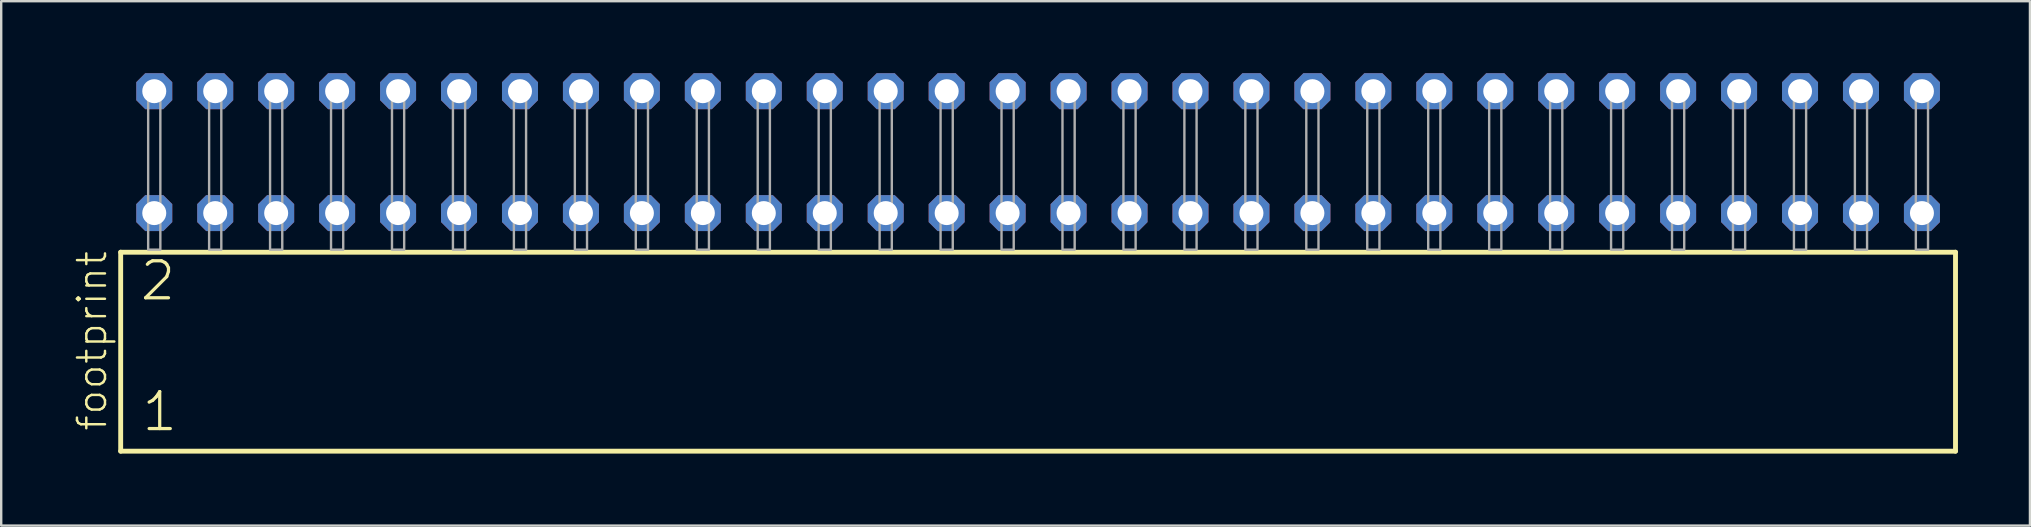
<source format=kicad_pcb>
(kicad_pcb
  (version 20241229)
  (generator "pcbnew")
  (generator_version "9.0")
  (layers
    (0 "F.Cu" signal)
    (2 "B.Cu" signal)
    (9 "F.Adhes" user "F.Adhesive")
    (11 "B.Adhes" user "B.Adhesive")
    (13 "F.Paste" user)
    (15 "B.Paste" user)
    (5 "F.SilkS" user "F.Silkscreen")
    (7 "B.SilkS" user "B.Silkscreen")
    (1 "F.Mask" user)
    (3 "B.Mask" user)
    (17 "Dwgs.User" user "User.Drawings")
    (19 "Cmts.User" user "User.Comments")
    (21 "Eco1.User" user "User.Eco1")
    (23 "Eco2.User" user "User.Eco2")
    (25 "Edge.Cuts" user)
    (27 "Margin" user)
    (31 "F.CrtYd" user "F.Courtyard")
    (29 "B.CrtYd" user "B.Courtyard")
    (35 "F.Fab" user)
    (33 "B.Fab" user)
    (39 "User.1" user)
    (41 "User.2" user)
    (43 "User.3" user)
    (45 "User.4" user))
  (footprint "footprint"
    (layer "F.Cu")
    (at 40.208 7.354)
    (property "Reference" "footprint" (at -38.735 7.62 90) (layer "F.SilkS") (effects (font (size 1.168 1.168) (thickness 0.102)) (justify left bottom)))
    (fp_line (start -38.229 0.106) (end -38.229 8.396) (stroke (width 0.203) (type solid)) (layer "F.SilkS"))
    (fp_line (start -38.229 8.396) (end 38.229 8.396) (stroke (width 0.203) (type solid)) (layer "F.SilkS"))
    (fp_line (start 38.229 0.106) (end -38.229 0.106) (stroke (width 0.203) (type solid)) (layer "F.SilkS"))
    (fp_line (start 38.229 8.396) (end 38.229 0.106) (stroke (width 0.203) (type solid)) (layer "F.SilkS"))
    (fp_poly (pts (xy -37.084 0) (xy -36.576 0) (xy -36.576 -6.858) (xy -37.084 -6.858)) (stroke (width 0.1) (type solid)) (fill no) (layer "F.Fab"))
    (fp_poly (pts (xy -34.544 0) (xy -34.036 0) (xy -34.036 -6.858) (xy -34.544 -6.858)) (stroke (width 0.1) (type solid)) (fill no) (layer "F.Fab"))
    (fp_poly (pts (xy -32.004 0) (xy -31.496 0) (xy -31.496 -6.858) (xy -32.004 -6.858)) (stroke (width 0.1) (type solid)) (fill no) (layer "F.Fab"))
    (fp_poly (pts (xy -29.464 0) (xy -28.956 0) (xy -28.956 -6.858) (xy -29.464 -6.858)) (stroke (width 0.1) (type solid)) (fill no) (layer "F.Fab"))
    (fp_poly (pts (xy -26.924 0) (xy -26.416 0) (xy -26.416 -6.858) (xy -26.924 -6.858)) (stroke (width 0.1) (type solid)) (fill no) (layer "F.Fab"))
    (fp_poly (pts (xy -24.384 0) (xy -23.876 0) (xy -23.876 -6.858) (xy -24.384 -6.858)) (stroke (width 0.1) (type solid)) (fill no) (layer "F.Fab"))
    (fp_poly (pts (xy -21.844 0) (xy -21.336 0) (xy -21.336 -6.858) (xy -21.844 -6.858)) (stroke (width 0.1) (type solid)) (fill no) (layer "F.Fab"))
    (fp_poly (pts (xy -19.304 0) (xy -18.796 0) (xy -18.796 -6.858) (xy -19.304 -6.858)) (stroke (width 0.1) (type solid)) (fill no) (layer "F.Fab"))
    (fp_poly (pts (xy -16.764 0) (xy -16.256 0) (xy -16.256 -6.858) (xy -16.764 -6.858)) (stroke (width 0.1) (type solid)) (fill no) (layer "F.Fab"))
    (fp_poly (pts (xy -14.224 0) (xy -13.716 0) (xy -13.716 -6.858) (xy -14.224 -6.858)) (stroke (width 0.1) (type solid)) (fill no) (layer "F.Fab"))
    (fp_poly (pts (xy -11.684 0) (xy -11.176 0) (xy -11.176 -6.858) (xy -11.684 -6.858)) (stroke (width 0.1) (type solid)) (fill no) (layer "F.Fab"))
    (fp_poly (pts (xy -9.144 0) (xy -8.636 0) (xy -8.636 -6.858) (xy -9.144 -6.858)) (stroke (width 0.1) (type solid)) (fill no) (layer "F.Fab"))
    (fp_poly (pts (xy -6.604 0) (xy -6.096 0) (xy -6.096 -6.858) (xy -6.604 -6.858)) (stroke (width 0.1) (type solid)) (fill no) (layer "F.Fab"))
    (fp_poly (pts (xy -4.064 0) (xy -3.556 0) (xy -3.556 -6.858) (xy -4.064 -6.858)) (stroke (width 0.1) (type solid)) (fill no) (layer "F.Fab"))
    (fp_poly (pts (xy -1.524 0) (xy -1.016 0) (xy -1.016 -6.858) (xy -1.524 -6.858)) (stroke (width 0.1) (type solid)) (fill no) (layer "F.Fab"))
    (fp_poly (pts (xy 1.016 0) (xy 1.524 0) (xy 1.524 -6.858) (xy 1.016 -6.858)) (stroke (width 0.1) (type solid)) (fill no) (layer "F.Fab"))
    (fp_poly (pts (xy 3.556 0) (xy 4.064 0) (xy 4.064 -6.858) (xy 3.556 -6.858)) (stroke (width 0.1) (type solid)) (fill no) (layer "F.Fab"))
    (fp_poly (pts (xy 6.096 0) (xy 6.604 0) (xy 6.604 -6.858) (xy 6.096 -6.858)) (stroke (width 0.1) (type solid)) (fill no) (layer "F.Fab"))
    (fp_poly (pts (xy 8.636 0) (xy 9.144 0) (xy 9.144 -6.858) (xy 8.636 -6.858)) (stroke (width 0.1) (type solid)) (fill no) (layer "F.Fab"))
    (fp_poly (pts (xy 11.176 0) (xy 11.684 0) (xy 11.684 -6.858) (xy 11.176 -6.858)) (stroke (width 0.1) (type solid)) (fill no) (layer "F.Fab"))
    (fp_poly (pts (xy 13.716 0) (xy 14.224 0) (xy 14.224 -6.858) (xy 13.716 -6.858)) (stroke (width 0.1) (type solid)) (fill no) (layer "F.Fab"))
    (fp_poly (pts (xy 16.256 0) (xy 16.764 0) (xy 16.764 -6.858) (xy 16.256 -6.858)) (stroke (width 0.1) (type solid)) (fill no) (layer "F.Fab"))
    (fp_poly (pts (xy 18.796 0) (xy 19.304 0) (xy 19.304 -6.858) (xy 18.796 -6.858)) (stroke (width 0.1) (type solid)) (fill no) (layer "F.Fab"))
    (fp_poly (pts (xy 21.336 0) (xy 21.844 0) (xy 21.844 -6.858) (xy 21.336 -6.858)) (stroke (width 0.1) (type solid)) (fill no) (layer "F.Fab"))
    (fp_poly (pts (xy 23.876 0) (xy 24.384 0) (xy 24.384 -6.858) (xy 23.876 -6.858)) (stroke (width 0.1) (type solid)) (fill no) (layer "F.Fab"))
    (fp_poly (pts (xy 26.416 0) (xy 26.924 0) (xy 26.924 -6.858) (xy 26.416 -6.858)) (stroke (width 0.1) (type solid)) (fill no) (layer "F.Fab"))
    (fp_poly (pts (xy 28.956 0) (xy 29.464 0) (xy 29.464 -6.858) (xy 28.956 -6.858)) (stroke (width 0.1) (type solid)) (fill no) (layer "F.Fab"))
    (fp_poly (pts (xy 31.496 0) (xy 32.004 0) (xy 32.004 -6.858) (xy 31.496 -6.858)) (stroke (width 0.1) (type solid)) (fill no) (layer "F.Fab"))
    (fp_poly (pts (xy 34.036 0) (xy 34.544 0) (xy 34.544 -6.858) (xy 34.036 -6.858)) (stroke (width 0.1) (type solid)) (fill no) (layer "F.Fab"))
    (fp_poly (pts (xy 36.576 0) (xy 37.084 0) (xy 37.084 -6.858) (xy 36.576 -6.858)) (stroke (width 0.1) (type solid)) (fill no) (layer "F.Fab"))
    (fp_text user "1" (at -37.425 7.65 0) (layer "F.SilkS") (effects (font (size 1.542 1.542) (thickness 0.134)) (justify left bottom)))
    (fp_text user "2" (at -37.5 2.2 0) (layer "F.SilkS") (effects (font (size 1.542 1.542) (thickness 0.134)) (justify left bottom)))
    (pad "1" thru_hole roundrect (at -36.83 -1.524) (size 1.5 1.5) (drill 1) (layers "*.Cu" "*.Mask") (roundrect_rratio 0.25) (chamfer_ratio 0.25) (chamfer top_left top_right bottom_left bottom_right))
    (pad "2" thru_hole roundrect (at -36.83 -6.604) (size 1.5 1.5) (drill 1) (layers "*.Cu" "*.Mask") (roundrect_rratio 0.25) (chamfer_ratio 0.25) (chamfer top_left top_right bottom_left bottom_right))
    (pad "3" thru_hole roundrect (at -34.29 -1.524) (size 1.5 1.5) (drill 1) (layers "*.Cu" "*.Mask") (roundrect_rratio 0.25) (chamfer_ratio 0.25) (chamfer top_left top_right bottom_left bottom_right))
    (pad "4" thru_hole roundrect (at -34.29 -6.604) (size 1.5 1.5) (drill 1) (layers "*.Cu" "*.Mask") (roundrect_rratio 0.25) (chamfer_ratio 0.25) (chamfer top_left top_right bottom_left bottom_right))
    (pad "5" thru_hole roundrect (at -31.75 -1.524) (size 1.5 1.5) (drill 1) (layers "*.Cu" "*.Mask") (roundrect_rratio 0.25) (chamfer_ratio 0.25) (chamfer top_left top_right bottom_left bottom_right))
    (pad "6" thru_hole roundrect (at -31.75 -6.604) (size 1.5 1.5) (drill 1) (layers "*.Cu" "*.Mask") (roundrect_rratio 0.25) (chamfer_ratio 0.25) (chamfer top_left top_right bottom_left bottom_right))
    (pad "7" thru_hole roundrect (at -29.21 -1.524) (size 1.5 1.5) (drill 1) (layers "*.Cu" "*.Mask") (roundrect_rratio 0.25) (chamfer_ratio 0.25) (chamfer top_left top_right bottom_left bottom_right))
    (pad "8" thru_hole roundrect (at -29.21 -6.604) (size 1.5 1.5) (drill 1) (layers "*.Cu" "*.Mask") (roundrect_rratio 0.25) (chamfer_ratio 0.25) (chamfer top_left top_right bottom_left bottom_right))
    (pad "9" thru_hole roundrect (at -26.67 -1.524) (size 1.5 1.5) (drill 1) (layers "*.Cu" "*.Mask") (roundrect_rratio 0.25) (chamfer_ratio 0.25) (chamfer top_left top_right bottom_left bottom_right))
    (pad "10" thru_hole roundrect (at -26.67 -6.604) (size 1.5 1.5) (drill 1) (layers "*.Cu" "*.Mask") (roundrect_rratio 0.25) (chamfer_ratio 0.25) (chamfer top_left top_right bottom_left bottom_right))
    (pad "11" thru_hole roundrect (at -24.13 -1.524) (size 1.5 1.5) (drill 1) (layers "*.Cu" "*.Mask") (roundrect_rratio 0.25) (chamfer_ratio 0.25) (chamfer top_left top_right bottom_left bottom_right))
    (pad "12" thru_hole roundrect (at -24.13 -6.604) (size 1.5 1.5) (drill 1) (layers "*.Cu" "*.Mask") (roundrect_rratio 0.25) (chamfer_ratio 0.25) (chamfer top_left top_right bottom_left bottom_right))
    (pad "13" thru_hole roundrect (at -21.59 -1.524) (size 1.5 1.5) (drill 1) (layers "*.Cu" "*.Mask") (roundrect_rratio 0.25) (chamfer_ratio 0.25) (chamfer top_left top_right bottom_left bottom_right))
    (pad "14" thru_hole roundrect (at -21.59 -6.604) (size 1.5 1.5) (drill 1) (layers "*.Cu" "*.Mask") (roundrect_rratio 0.25) (chamfer_ratio 0.25) (chamfer top_left top_right bottom_left bottom_right))
    (pad "15" thru_hole roundrect (at -19.05 -1.524) (size 1.5 1.5) (drill 1) (layers "*.Cu" "*.Mask") (roundrect_rratio 0.25) (chamfer_ratio 0.25) (chamfer top_left top_right bottom_left bottom_right))
    (pad "16" thru_hole roundrect (at -19.05 -6.604) (size 1.5 1.5) (drill 1) (layers "*.Cu" "*.Mask") (roundrect_rratio 0.25) (chamfer_ratio 0.25) (chamfer top_left top_right bottom_left bottom_right))
    (pad "17" thru_hole roundrect (at -16.51 -1.524) (size 1.5 1.5) (drill 1) (layers "*.Cu" "*.Mask") (roundrect_rratio 0.25) (chamfer_ratio 0.25) (chamfer top_left top_right bottom_left bottom_right))
    (pad "18" thru_hole roundrect (at -16.51 -6.604) (size 1.5 1.5) (drill 1) (layers "*.Cu" "*.Mask") (roundrect_rratio 0.25) (chamfer_ratio 0.25) (chamfer top_left top_right bottom_left bottom_right))
    (pad "19" thru_hole roundrect (at -13.97 -1.524) (size 1.5 1.5) (drill 1) (layers "*.Cu" "*.Mask") (roundrect_rratio 0.25) (chamfer_ratio 0.25) (chamfer top_left top_right bottom_left bottom_right))
    (pad "20" thru_hole roundrect (at -13.97 -6.604) (size 1.5 1.5) (drill 1) (layers "*.Cu" "*.Mask") (roundrect_rratio 0.25) (chamfer_ratio 0.25) (chamfer top_left top_right bottom_left bottom_right))
    (pad "21" thru_hole roundrect (at -11.43 -1.524) (size 1.5 1.5) (drill 1) (layers "*.Cu" "*.Mask") (roundrect_rratio 0.25) (chamfer_ratio 0.25) (chamfer top_left top_right bottom_left bottom_right))
    (pad "22" thru_hole roundrect (at -11.43 -6.604) (size 1.5 1.5) (drill 1) (layers "*.Cu" "*.Mask") (roundrect_rratio 0.25) (chamfer_ratio 0.25) (chamfer top_left top_right bottom_left bottom_right))
    (pad "23" thru_hole roundrect (at -8.89 -1.524) (size 1.5 1.5) (drill 1) (layers "*.Cu" "*.Mask") (roundrect_rratio 0.25) (chamfer_ratio 0.25) (chamfer top_left top_right bottom_left bottom_right))
    (pad "24" thru_hole roundrect (at -8.89 -6.604) (size 1.5 1.5) (drill 1) (layers "*.Cu" "*.Mask") (roundrect_rratio 0.25) (chamfer_ratio 0.25) (chamfer top_left top_right bottom_left bottom_right))
    (pad "25" thru_hole roundrect (at -6.35 -1.524) (size 1.5 1.5) (drill 1) (layers "*.Cu" "*.Mask") (roundrect_rratio 0.25) (chamfer_ratio 0.25) (chamfer top_left top_right bottom_left bottom_right))
    (pad "26" thru_hole roundrect (at -6.35 -6.604) (size 1.5 1.5) (drill 1) (layers "*.Cu" "*.Mask") (roundrect_rratio 0.25) (chamfer_ratio 0.25) (chamfer top_left top_right bottom_left bottom_right))
    (pad "27" thru_hole roundrect (at -3.81 -1.524) (size 1.5 1.5) (drill 1) (layers "*.Cu" "*.Mask") (roundrect_rratio 0.25) (chamfer_ratio 0.25) (chamfer top_left top_right bottom_left bottom_right))
    (pad "28" thru_hole roundrect (at -3.81 -6.604) (size 1.5 1.5) (drill 1) (layers "*.Cu" "*.Mask") (roundrect_rratio 0.25) (chamfer_ratio 0.25) (chamfer top_left top_right bottom_left bottom_right))
    (pad "29" thru_hole roundrect (at -1.27 -1.524) (size 1.5 1.5) (drill 1) (layers "*.Cu" "*.Mask") (roundrect_rratio 0.25) (chamfer_ratio 0.25) (chamfer top_left top_right bottom_left bottom_right))
    (pad "30" thru_hole roundrect (at -1.27 -6.604) (size 1.5 1.5) (drill 1) (layers "*.Cu" "*.Mask") (roundrect_rratio 0.25) (chamfer_ratio 0.25) (chamfer top_left top_right bottom_left bottom_right))
    (pad "31" thru_hole roundrect (at 1.27 -1.524) (size 1.5 1.5) (drill 1) (layers "*.Cu" "*.Mask") (roundrect_rratio 0.25) (chamfer_ratio 0.25) (chamfer top_left top_right bottom_left bottom_right))
    (pad "32" thru_hole roundrect (at 1.27 -6.604) (size 1.5 1.5) (drill 1) (layers "*.Cu" "*.Mask") (roundrect_rratio 0.25) (chamfer_ratio 0.25) (chamfer top_left top_right bottom_left bottom_right))
    (pad "33" thru_hole roundrect (at 3.81 -1.524) (size 1.5 1.5) (drill 1) (layers "*.Cu" "*.Mask") (roundrect_rratio 0.25) (chamfer_ratio 0.25) (chamfer top_left top_right bottom_left bottom_right))
    (pad "34" thru_hole roundrect (at 3.81 -6.604) (size 1.5 1.5) (drill 1) (layers "*.Cu" "*.Mask") (roundrect_rratio 0.25) (chamfer_ratio 0.25) (chamfer top_left top_right bottom_left bottom_right))
    (pad "35" thru_hole roundrect (at 6.35 -1.524) (size 1.5 1.5) (drill 1) (layers "*.Cu" "*.Mask") (roundrect_rratio 0.25) (chamfer_ratio 0.25) (chamfer top_left top_right bottom_left bottom_right))
    (pad "36" thru_hole roundrect (at 6.35 -6.604) (size 1.5 1.5) (drill 1) (layers "*.Cu" "*.Mask") (roundrect_rratio 0.25) (chamfer_ratio 0.25) (chamfer top_left top_right bottom_left bottom_right))
    (pad "37" thru_hole roundrect (at 8.89 -1.524) (size 1.5 1.5) (drill 1) (layers "*.Cu" "*.Mask") (roundrect_rratio 0.25) (chamfer_ratio 0.25) (chamfer top_left top_right bottom_left bottom_right))
    (pad "38" thru_hole roundrect (at 8.89 -6.604) (size 1.5 1.5) (drill 1) (layers "*.Cu" "*.Mask") (roundrect_rratio 0.25) (chamfer_ratio 0.25) (chamfer top_left top_right bottom_left bottom_right))
    (pad "39" thru_hole roundrect (at 11.43 -1.524) (size 1.5 1.5) (drill 1) (layers "*.Cu" "*.Mask") (roundrect_rratio 0.25) (chamfer_ratio 0.25) (chamfer top_left top_right bottom_left bottom_right))
    (pad "40" thru_hole roundrect (at 11.43 -6.604) (size 1.5 1.5) (drill 1) (layers "*.Cu" "*.Mask") (roundrect_rratio 0.25) (chamfer_ratio 0.25) (chamfer top_left top_right bottom_left bottom_right))
    (pad "41" thru_hole roundrect (at 13.97 -1.524) (size 1.5 1.5) (drill 1) (layers "*.Cu" "*.Mask") (roundrect_rratio 0.25) (chamfer_ratio 0.25) (chamfer top_left top_right bottom_left bottom_right))
    (pad "42" thru_hole roundrect (at 13.97 -6.604) (size 1.5 1.5) (drill 1) (layers "*.Cu" "*.Mask") (roundrect_rratio 0.25) (chamfer_ratio 0.25) (chamfer top_left top_right bottom_left bottom_right))
    (pad "43" thru_hole roundrect (at 16.51 -1.524) (size 1.5 1.5) (drill 1) (layers "*.Cu" "*.Mask") (roundrect_rratio 0.25) (chamfer_ratio 0.25) (chamfer top_left top_right bottom_left bottom_right))
    (pad "44" thru_hole roundrect (at 16.51 -6.604) (size 1.5 1.5) (drill 1) (layers "*.Cu" "*.Mask") (roundrect_rratio 0.25) (chamfer_ratio 0.25) (chamfer top_left top_right bottom_left bottom_right))
    (pad "45" thru_hole roundrect (at 19.05 -1.524) (size 1.5 1.5) (drill 1) (layers "*.Cu" "*.Mask") (roundrect_rratio 0.25) (chamfer_ratio 0.25) (chamfer top_left top_right bottom_left bottom_right))
    (pad "46" thru_hole roundrect (at 19.05 -6.604) (size 1.5 1.5) (drill 1) (layers "*.Cu" "*.Mask") (roundrect_rratio 0.25) (chamfer_ratio 0.25) (chamfer top_left top_right bottom_left bottom_right))
    (pad "47" thru_hole roundrect (at 21.59 -1.524) (size 1.5 1.5) (drill 1) (layers "*.Cu" "*.Mask") (roundrect_rratio 0.25) (chamfer_ratio 0.25) (chamfer top_left top_right bottom_left bottom_right))
    (pad "48" thru_hole roundrect (at 21.59 -6.604) (size 1.5 1.5) (drill 1) (layers "*.Cu" "*.Mask") (roundrect_rratio 0.25) (chamfer_ratio 0.25) (chamfer top_left top_right bottom_left bottom_right))
    (pad "49" thru_hole roundrect (at 24.13 -1.524) (size 1.5 1.5) (drill 1) (layers "*.Cu" "*.Mask") (roundrect_rratio 0.25) (chamfer_ratio 0.25) (chamfer top_left top_right bottom_left bottom_right))
    (pad "50" thru_hole roundrect (at 24.13 -6.604) (size 1.5 1.5) (drill 1) (layers "*.Cu" "*.Mask") (roundrect_rratio 0.25) (chamfer_ratio 0.25) (chamfer top_left top_right bottom_left bottom_right))
    (pad "51" thru_hole roundrect (at 26.67 -1.524) (size 1.5 1.5) (drill 1) (layers "*.Cu" "*.Mask") (roundrect_rratio 0.25) (chamfer_ratio 0.25) (chamfer top_left top_right bottom_left bottom_right))
    (pad "52" thru_hole roundrect (at 26.67 -6.604) (size 1.5 1.5) (drill 1) (layers "*.Cu" "*.Mask") (roundrect_rratio 0.25) (chamfer_ratio 0.25) (chamfer top_left top_right bottom_left bottom_right))
    (pad "53" thru_hole roundrect (at 29.21 -1.524) (size 1.5 1.5) (drill 1) (layers "*.Cu" "*.Mask") (roundrect_rratio 0.25) (chamfer_ratio 0.25) (chamfer top_left top_right bottom_left bottom_right))
    (pad "54" thru_hole roundrect (at 29.21 -6.604) (size 1.5 1.5) (drill 1) (layers "*.Cu" "*.Mask") (roundrect_rratio 0.25) (chamfer_ratio 0.25) (chamfer top_left top_right bottom_left bottom_right))
    (pad "55" thru_hole roundrect (at 31.75 -1.524) (size 1.5 1.5) (drill 1) (layers "*.Cu" "*.Mask") (roundrect_rratio 0.25) (chamfer_ratio 0.25) (chamfer top_left top_right bottom_left bottom_right))
    (pad "56" thru_hole roundrect (at 31.75 -6.604) (size 1.5 1.5) (drill 1) (layers "*.Cu" "*.Mask") (roundrect_rratio 0.25) (chamfer_ratio 0.25) (chamfer top_left top_right bottom_left bottom_right))
    (pad "57" thru_hole roundrect (at 34.29 -1.524) (size 1.5 1.5) (drill 1) (layers "*.Cu" "*.Mask") (roundrect_rratio 0.25) (chamfer_ratio 0.25) (chamfer top_left top_right bottom_left bottom_right))
    (pad "58" thru_hole roundrect (at 34.29 -6.604) (size 1.5 1.5) (drill 1) (layers "*.Cu" "*.Mask") (roundrect_rratio 0.25) (chamfer_ratio 0.25) (chamfer top_left top_right bottom_left bottom_right))
    (pad "59" thru_hole roundrect (at 36.83 -1.524) (size 1.5 1.5) (drill 1) (layers "*.Cu" "*.Mask") (roundrect_rratio 0.25) (chamfer_ratio 0.25) (chamfer top_left top_right bottom_left bottom_right))
    (pad "60" thru_hole roundrect (at 36.83 -6.604) (size 1.5 1.5) (drill 1) (layers "*.Cu" "*.Mask") (roundrect_rratio 0.25) (chamfer_ratio 0.25) (chamfer top_left top_right bottom_left bottom_right)))
  (gr_rect
    (start -3 -3)
    (end 81.539 18.852)
    (stroke (width 0.1) (type default))
    (fill no)
    (layer "Edge.Cuts")))
</source>
